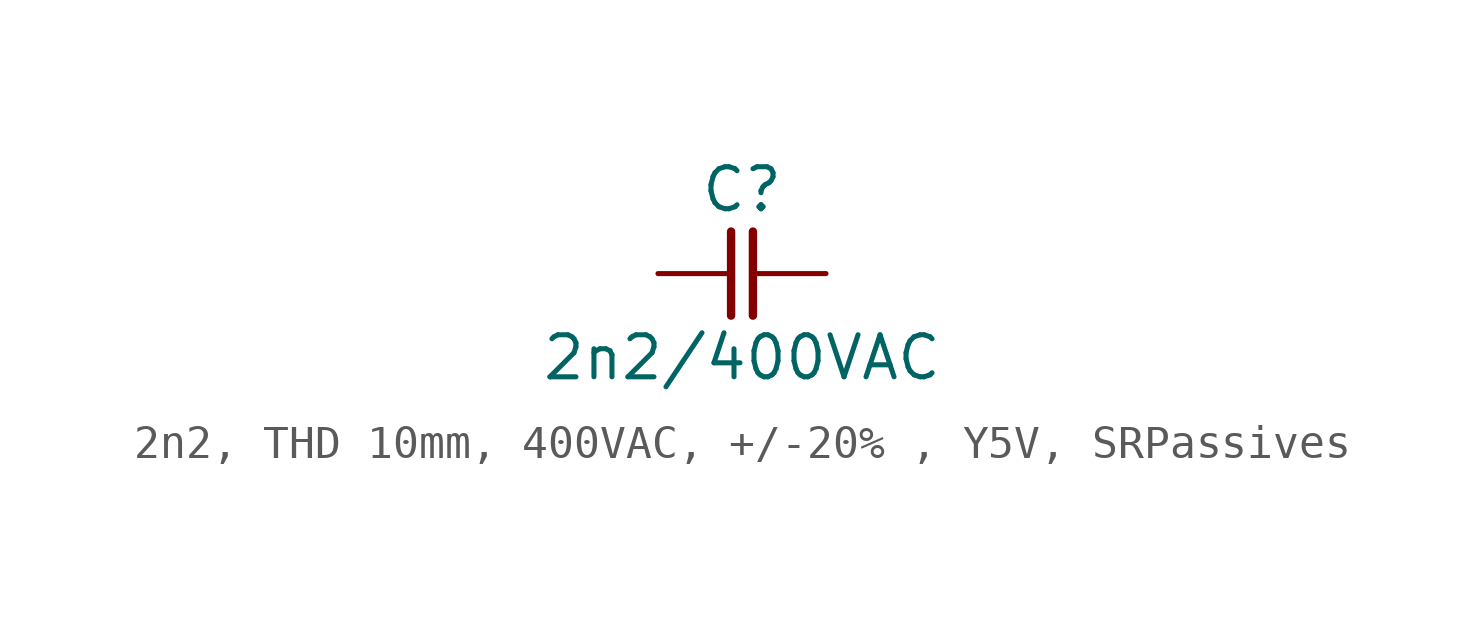
<source format=kicad_sym>
(kicad_symbol_lib
  (version 20220914)
  (generator kicad_symbol_editor)
  (symbol "2n2, THD 10mm, 400VAC, +/-20% , Y5V, SRPassives"
    (pin_numbers hide)
    (pin_names
      (offset 0) hide)
    (property "Reference" "C"
      (at 0 2.54 0)
      (effects (font (size 1.27 1.27))))
    (property "Value" "2n2/400VAC"
      (at 0 -2.54 0)
      (effects (font (size 1.27 1.27))))
    (symbol "2n2, THD 10mm, 400VAC, +/-20% , Y5V, SRPassives_0_1"
      (polyline (pts (xy -0.33 1.27) (xy -0.33 -1.27)) (stroke (width 0.254) (type default)) (fill (type none)))
      (polyline (pts (xy 0.33 1.27) (xy 0.33 -1.27)) (stroke (width 0.254) (type default)) (fill (type none))))
    (symbol "2n2, THD 10mm, 400VAC, +/-20% , Y5V, SRPassives_1_1"
      (pin passive line (at -2.54 0 0) (length 2.21) (name "1" (effects (font (size 1.27 1.27)))) (number "1" (effects (font (size 1.27 1.27)))))
      (pin passive line (at 2.54 0 180) (length 2.21) (name "2" (effects (font (size 1.27 1.27)))) (number "2" (effects (font (size 1.27 1.27))))))))
</source>
